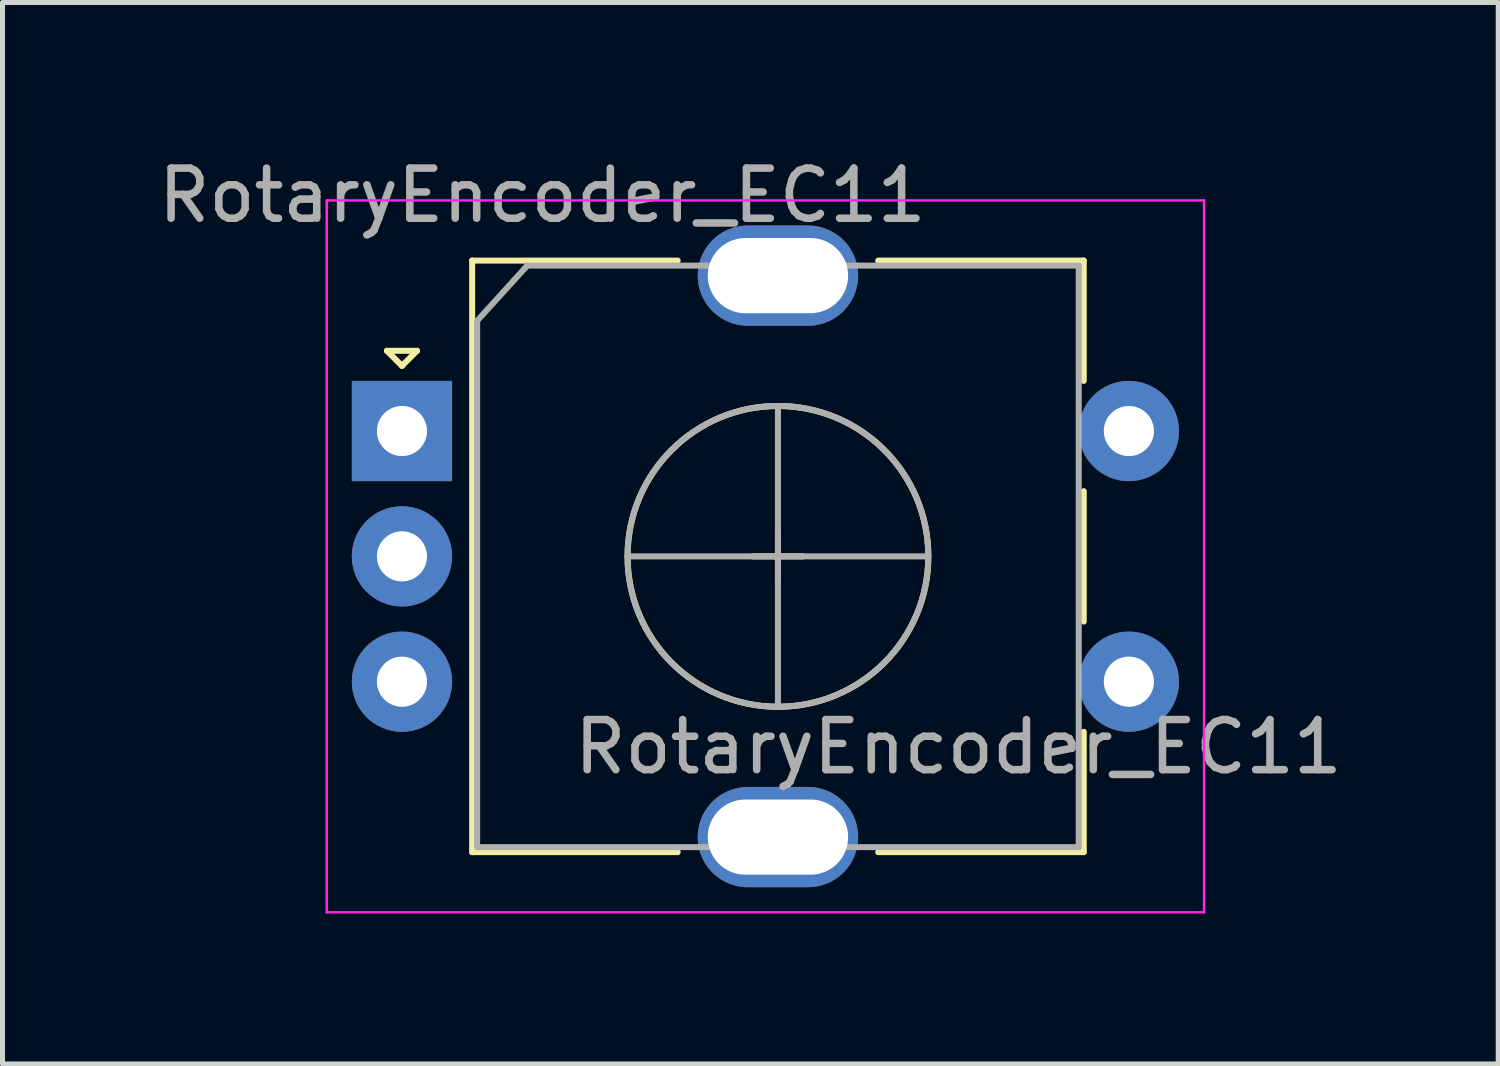
<source format=kicad_pcb>
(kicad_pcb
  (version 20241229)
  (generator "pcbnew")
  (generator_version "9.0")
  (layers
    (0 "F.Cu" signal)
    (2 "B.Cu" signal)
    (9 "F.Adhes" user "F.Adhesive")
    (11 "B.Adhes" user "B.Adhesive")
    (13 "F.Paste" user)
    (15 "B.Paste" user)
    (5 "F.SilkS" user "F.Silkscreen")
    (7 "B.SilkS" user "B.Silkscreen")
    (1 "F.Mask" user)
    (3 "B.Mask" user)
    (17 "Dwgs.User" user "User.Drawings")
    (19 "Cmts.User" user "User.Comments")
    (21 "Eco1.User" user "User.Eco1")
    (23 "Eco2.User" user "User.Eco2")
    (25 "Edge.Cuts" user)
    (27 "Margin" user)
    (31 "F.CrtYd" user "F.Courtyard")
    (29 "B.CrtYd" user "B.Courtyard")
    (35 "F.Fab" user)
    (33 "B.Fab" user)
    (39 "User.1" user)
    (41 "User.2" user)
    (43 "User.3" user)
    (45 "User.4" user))
  (footprint "RotaryEncoder_EC11"
    (layer "F.Cu")
    (at 12.468 8.048)
    (property "Reference" "RotaryEncoder_EC11" (at -4.7 -7.2 0) (layer "F.Fab") (effects (font (size 1 1) (thickness 0.15))))
    (attr through_hole)
    (fp_line (start -7.8 -4.1) (end -7.2 -4.1) (stroke (width 0.12) (type solid)) (layer "F.SilkS"))
    (fp_line (start -7.5 -3.8) (end -7.8 -4.1) (stroke (width 0.12) (type solid)) (layer "F.SilkS"))
    (fp_line (start -7.2 -4.1) (end -7.5 -3.8) (stroke (width 0.12) (type solid)) (layer "F.SilkS"))
    (fp_line (start -6.1 -5.9) (end -6.1 5.9) (stroke (width 0.12) (type solid)) (layer "F.SilkS"))
    (fp_line (start -2 -5.9) (end -6.1 -5.9) (stroke (width 0.12) (type solid)) (layer "F.SilkS"))
    (fp_line (start -2 5.9) (end -6.1 5.9) (stroke (width 0.12) (type solid)) (layer "F.SilkS"))
    (fp_line (start -0.5 0) (end 0.5 0) (stroke (width 0.12) (type solid)) (layer "F.SilkS"))
    (fp_line (start 0 -0.5) (end 0 0.5) (stroke (width 0.12) (type solid)) (layer "F.SilkS"))
    (fp_line (start 2 -5.9) (end 6.1 -5.9) (stroke (width 0.12) (type solid)) (layer "F.SilkS"))
    (fp_line (start 6.1 -5.9) (end 6.1 -3.5) (stroke (width 0.12) (type solid)) (layer "F.SilkS"))
    (fp_line (start 6.1 -1.3) (end 6.1 1.3) (stroke (width 0.12) (type solid)) (layer "F.SilkS"))
    (fp_line (start 6.1 3.5) (end 6.1 5.9) (stroke (width 0.12) (type solid)) (layer "F.SilkS"))
    (fp_line (start 6.1 5.9) (end 2 5.9) (stroke (width 0.12) (type solid)) (layer "F.SilkS"))
    (fp_circle (center 0 0) (end 3 0) (stroke (width 0.12) (type solid)) (fill no) (layer "F.SilkS"))
    (fp_line (start -9 -7.1) (end -9 7.1) (stroke (width 0.05) (type solid)) (layer "F.CrtYd"))
    (fp_line (start -9 -7.1) (end 8.5 -7.1) (stroke (width 0.05) (type solid)) (layer "F.CrtYd"))
    (fp_line (start 8.5 7.1) (end -9 7.1) (stroke (width 0.05) (type solid)) (layer "F.CrtYd"))
    (fp_line (start 8.5 7.1) (end 8.5 -7.1) (stroke (width 0.05) (type solid)) (layer "F.CrtYd"))
    (fp_line (start -6 -4.7) (end -5 -5.8) (stroke (width 0.12) (type solid)) (layer "F.Fab"))
    (fp_line (start -6 5.8) (end -6 -4.7) (stroke (width 0.12) (type solid)) (layer "F.Fab"))
    (fp_line (start -5 -5.8) (end 6 -5.8) (stroke (width 0.12) (type solid)) (layer "F.Fab"))
    (fp_line (start -3 0) (end 3 0) (stroke (width 0.12) (type solid)) (layer "F.Fab"))
    (fp_line (start 0 -3) (end 0 3) (stroke (width 0.12) (type solid)) (layer "F.Fab"))
    (fp_line (start 6 -5.8) (end 6 5.8) (stroke (width 0.12) (type solid)) (layer "F.Fab"))
    (fp_line (start 6 5.8) (end -6 5.8) (stroke (width 0.12) (type solid)) (layer "F.Fab"))
    (fp_circle (center 0 0) (end 3 0) (stroke (width 0.12) (type solid)) (fill no) (layer "F.Fab"))
    (fp_text user "${REFERENCE}" (at 3.6 3.8 0) (layer "F.Fab") (effects (font (size 1 1) (thickness 0.15))))
    (pad "" np_thru_hole oval (at 0 -5.6) (size 3.2 2) (drill oval 2.8 1.5) (layers "*.Cu" "*.Mask"))
    (pad "" np_thru_hole oval (at 0 5.6) (size 3.2 2) (drill oval 2.8 1.5) (layers "*.Cu" "*.Mask"))
    (pad "1" thru_hole circle (at 7 -2.5) (size 2 2) (drill 1) (layers "*.Cu" "*.Mask"))
    (pad "2" thru_hole circle (at 7 2.5) (size 2 2) (drill 1) (layers "*.Cu" "*.Mask"))
    (pad "A" thru_hole rect (at -7.5 -2.5) (size 2 2) (drill 1) (layers "*.Cu" "*.Mask"))
    (pad "B" thru_hole circle (at -7.5 2.5) (size 2 2) (drill 1) (layers "*.Cu" "*.Mask"))
    (pad "C" thru_hole circle (at -7.5 0) (size 2 2) (drill 1) (layers "*.Cu" "*.Mask")))
  (gr_rect
    (start -3 -3)
    (end 26.836 18.173)
    (stroke (width 0.1) (type default))
    (fill no)
    (layer "Edge.Cuts")))
</source>
